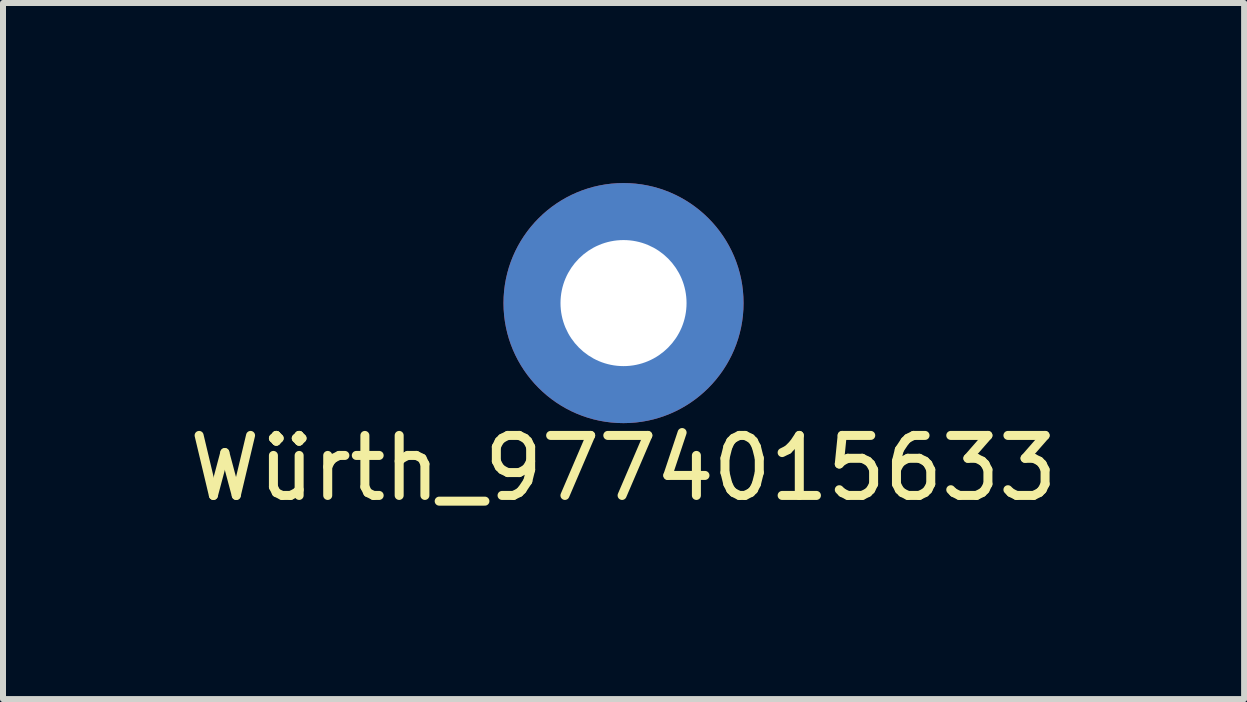
<source format=kicad_pcb>
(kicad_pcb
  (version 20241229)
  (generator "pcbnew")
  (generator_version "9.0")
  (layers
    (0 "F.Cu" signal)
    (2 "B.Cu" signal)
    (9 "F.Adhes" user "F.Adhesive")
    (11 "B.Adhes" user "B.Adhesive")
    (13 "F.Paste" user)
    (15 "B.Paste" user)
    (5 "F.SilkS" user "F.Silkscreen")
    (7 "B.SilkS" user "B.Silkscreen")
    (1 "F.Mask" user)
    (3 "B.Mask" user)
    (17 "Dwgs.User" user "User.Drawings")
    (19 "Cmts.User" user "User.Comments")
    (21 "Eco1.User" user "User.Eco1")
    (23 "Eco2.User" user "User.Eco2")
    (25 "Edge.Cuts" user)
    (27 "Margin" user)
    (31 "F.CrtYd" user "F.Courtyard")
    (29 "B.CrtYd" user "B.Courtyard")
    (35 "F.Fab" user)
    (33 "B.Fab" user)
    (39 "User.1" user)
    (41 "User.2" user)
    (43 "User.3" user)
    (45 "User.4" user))
  (footprint "Würth_9774015633"
    (layer "F.Cu")
    (at 7.339 2)
    (property "Reference" "Würth_9774015633" (at 0 2.75 0) (layer "F.SilkS") (effects (font (size 1 1) (thickness 0.15))))
    (attr through_hole)
    (pad "1" thru_hole circle (at 0 0) (size 4 4) (drill 2.1) (layers "*.Cu" "*.Mask")))
  (gr_rect
    (start -3 -3)
    (end 17.679 8.598)
    (stroke (width 0.1) (type default))
    (fill no)
    (layer "Edge.Cuts")))
</source>
